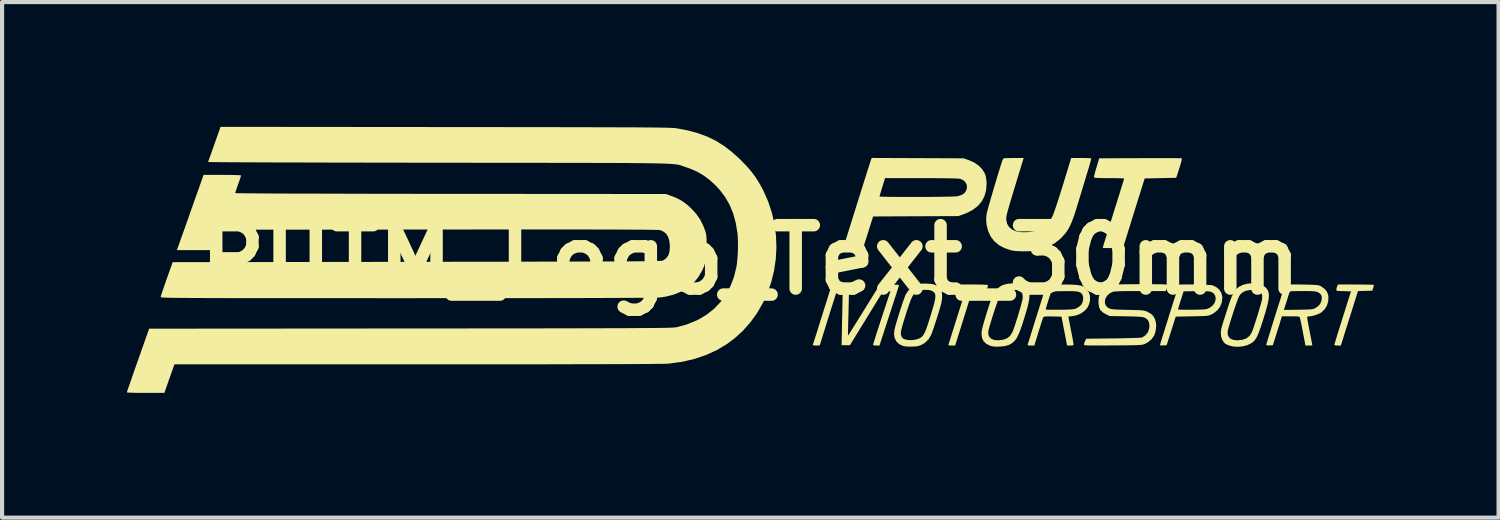
<source format=kicad_pcb>
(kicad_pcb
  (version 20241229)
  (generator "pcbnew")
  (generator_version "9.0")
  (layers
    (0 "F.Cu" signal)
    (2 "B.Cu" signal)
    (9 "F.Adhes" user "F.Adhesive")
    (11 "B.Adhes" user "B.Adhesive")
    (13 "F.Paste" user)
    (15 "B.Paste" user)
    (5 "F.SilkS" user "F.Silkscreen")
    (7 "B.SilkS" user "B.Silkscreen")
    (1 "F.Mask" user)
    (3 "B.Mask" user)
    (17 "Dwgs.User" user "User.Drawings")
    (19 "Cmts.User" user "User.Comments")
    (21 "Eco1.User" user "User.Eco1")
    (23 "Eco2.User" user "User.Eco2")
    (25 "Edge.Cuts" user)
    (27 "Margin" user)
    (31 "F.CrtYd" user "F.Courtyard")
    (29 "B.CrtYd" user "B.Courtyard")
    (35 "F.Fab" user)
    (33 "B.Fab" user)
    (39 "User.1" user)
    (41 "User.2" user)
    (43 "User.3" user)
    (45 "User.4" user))
  (footprint "PUTM_Logo_Text_30mm"
    (layer "F.Cu")
    (at 14.994 3.199)
    (property "Reference" "PUTM_Logo_Text_30mm" (at 0 0 0) (layer "F.SilkS") (effects (font (size 1.524 1.524) (thickness 0.3))))
    (attr board_only exclude_from_pos_files exclude_from_bom allow_missing_courtyard)
    (fp_poly (pts (xy 14.556 0.592) (xy 14.668 0.593) (xy 14.77 0.594) (xy 14.857 0.595) (xy 14.926 0.597) (xy 14.971 0.598) (xy 14.99 0.6) (xy 14.99 0.6) (xy 14.99 0.617) (xy 14.981 0.654) (xy 14.974 0.674) (xy 14.952 0.741) (xy 14.78 0.745) (xy 14.609 0.75) (xy 14.456 1.237) (xy 14.416 1.364) (xy 14.376 1.489) (xy 14.339 1.608) (xy 14.305 1.715) (xy 14.277 1.805) (xy 14.256 1.873) (xy 14.25 1.892) (xy 14.197 2.059) (xy 14.119 2.059) (xy 14.066 2.056) (xy 14.043 2.044) (xy 14.042 2.04) (xy 14.046 2.021) (xy 14.059 1.976) (xy 14.08 1.908) (xy 14.107 1.819) (xy 14.14 1.713) (xy 14.177 1.594) (xy 14.218 1.463) (xy 14.241 1.389) (xy 14.441 0.757) (xy 14.265 0.752) (xy 14.189 0.75) (xy 14.138 0.747) (xy 14.109 0.743) (xy 14.094 0.735) (xy 14.09 0.723) (xy 14.089 0.713) (xy 14.096 0.673) (xy 14.109 0.635) (xy 14.128 0.591)) (stroke (width 0) (type solid)) (fill yes) (layer "F.SilkS"))
    (fp_poly (pts (xy 5.285 0.591) (xy 5.397 0.592) (xy 5.497 0.593) (xy 5.583 0.595) (xy 5.65 0.598) (xy 5.693 0.601) (xy 5.71 0.604) (xy 5.71 0.604) (xy 5.705 0.646) (xy 5.693 0.691) (xy 5.679 0.725) (xy 5.673 0.732) (xy 5.65 0.739) (xy 5.604 0.745) (xy 5.541 0.75) (xy 5.493 0.752) (xy 5.331 0.757) (xy 5.127 1.408) (xy 4.923 2.059) (xy 4.841 2.059) (xy 4.795 2.058) (xy 4.765 2.055) (xy 4.759 2.053) (xy 4.763 2.037) (xy 4.776 1.994) (xy 4.797 1.928) (xy 4.824 1.842) (xy 4.856 1.738) (xy 4.894 1.619) (xy 4.935 1.489) (xy 4.961 1.404) (xy 5.004 1.269) (xy 5.044 1.143) (xy 5.079 1.03) (xy 5.11 0.932) (xy 5.135 0.853) (xy 5.153 0.795) (xy 5.162 0.763) (xy 5.164 0.756) (xy 5.15 0.753) (xy 5.11 0.75) (xy 5.052 0.748) (xy 4.989 0.746) (xy 4.913 0.743) (xy 4.863 0.741) (xy 4.834 0.736) (xy 4.82 0.729) (xy 4.816 0.717) (xy 4.817 0.704) (xy 4.828 0.66) (xy 4.841 0.629) (xy 4.86 0.591)) (stroke (width 0) (type solid)) (fill yes) (layer "F.SilkS"))
    (fp_poly (pts (xy 9.994 -2.447) (xy 10.114 -2.446) (xy 10.214 -2.446) (xy 10.292 -2.445) (xy 10.344 -2.444) (xy 10.369 -2.443) (xy 10.37 -2.443) (xy 10.373 -2.426) (xy 10.365 -2.381) (xy 10.346 -2.309) (xy 10.315 -2.208) (xy 10.314 -2.205) (xy 10.239 -1.974) (xy 9.86 -1.966) (xy 9.48 -1.958) (xy 8.959 -0.289) (xy 8.715 -0.284) (xy 8.632 -0.284) (xy 8.561 -0.284) (xy 8.508 -0.286) (xy 8.477 -0.289) (xy 8.472 -0.292) (xy 8.476 -0.308) (xy 8.489 -0.352) (xy 8.51 -0.42) (xy 8.538 -0.51) (xy 8.571 -0.618) (xy 8.61 -0.743) (xy 8.653 -0.881) (xy 8.699 -1.029) (xy 8.729 -1.125) (xy 8.777 -1.279) (xy 8.823 -1.424) (xy 8.864 -1.556) (xy 8.901 -1.675) (xy 8.932 -1.776) (xy 8.957 -1.858) (xy 8.975 -1.916) (xy 8.985 -1.95) (xy 8.987 -1.956) (xy 8.972 -1.959) (xy 8.93 -1.961) (xy 8.866 -1.963) (xy 8.784 -1.965) (xy 8.687 -1.966) (xy 8.627 -1.966) (xy 8.505 -1.966) (xy 8.411 -1.968) (xy 8.343 -1.97) (xy 8.297 -1.974) (xy 8.271 -1.979) (xy 8.261 -1.985) (xy 8.263 -2.007) (xy 8.273 -2.052) (xy 8.289 -2.115) (xy 8.311 -2.19) (xy 8.321 -2.223) (xy 8.387 -2.442) (xy 9.37 -2.446) (xy 9.542 -2.446) (xy 9.706 -2.447) (xy 9.857 -2.447)) (stroke (width 0) (type solid)) (fill yes) (layer "F.SilkS"))
    (fp_poly (pts (xy 10.606 0.591) (xy 10.703 0.592) (xy 10.801 0.595) (xy 10.893 0.597) (xy 10.976 0.601) (xy 11.044 0.604) (xy 11.091 0.608) (xy 11.112 0.612) (xy 11.206 0.657) (xy 11.278 0.721) (xy 11.326 0.799) (xy 11.347 0.888) (xy 11.347 0.903) (xy 11.335 1.02) (xy 11.294 1.124) (xy 11.227 1.213) (xy 11.135 1.285) (xy 11.096 1.306) (xy 11.068 1.319) (xy 11.043 1.33) (xy 11.015 1.338) (xy 10.982 1.344) (xy 10.937 1.348) (xy 10.878 1.351) (xy 10.799 1.353) (xy 10.696 1.356) (xy 10.617 1.357) (xy 10.227 1.365) (xy 10.167 1.552) (xy 10.138 1.644) (xy 10.106 1.744) (xy 10.076 1.839) (xy 10.058 1.896) (xy 10.008 2.052) (xy 9.925 2.056) (xy 9.878 2.058) (xy 9.854 2.054) (xy 9.849 2.043) (xy 9.851 2.033) (xy 9.881 1.936) (xy 9.915 1.824) (xy 9.954 1.702) (xy 9.994 1.572) (xy 10.036 1.439) (xy 10.078 1.304) (xy 10.114 1.191) (xy 10.282 1.191) (xy 10.297 1.194) (xy 10.338 1.197) (xy 10.402 1.199) (xy 10.484 1.199) (xy 10.578 1.199) (xy 10.622 1.199) (xy 10.733 1.197) (xy 10.819 1.195) (xy 10.883 1.192) (xy 10.93 1.188) (xy 10.965 1.183) (xy 10.992 1.175) (xy 11.017 1.164) (xy 11.039 1.154) (xy 11.106 1.106) (xy 11.153 1.048) (xy 11.18 0.983) (xy 11.187 0.917) (xy 11.173 0.856) (xy 11.138 0.805) (xy 11.081 0.769) (xy 11.065 0.764) (xy 11.026 0.758) (xy 10.961 0.754) (xy 10.873 0.752) (xy 10.767 0.751) (xy 10.711 0.752) (xy 10.416 0.757) (xy 10.349 0.967) (xy 10.325 1.044) (xy 10.305 1.11) (xy 10.29 1.16) (xy 10.282 1.187) (xy 10.282 1.191) (xy 10.114 1.191) (xy 10.12 1.172) (xy 10.159 1.046) (xy 10.196 0.929) (xy 10.23 0.825) (xy 10.258 0.736) (xy 10.28 0.667) (xy 10.296 0.62) (xy 10.303 0.598) (xy 10.303 0.597) (xy 10.322 0.594) (xy 10.367 0.592) (xy 10.432 0.591) (xy 10.514 0.59)) (stroke (width 0) (type solid)) (fill yes) (layer "F.SilkS"))
    (fp_poly (pts (xy 6.412 0.572) (xy 6.512 0.596) (xy 6.595 0.635) (xy 6.621 0.656) (xy 6.66 0.696) (xy 6.688 0.742) (xy 6.704 0.795) (xy 6.71 0.861) (xy 6.704 0.94) (xy 6.686 1.038) (xy 6.657 1.157) (xy 6.615 1.3) (xy 6.593 1.373) (xy 6.548 1.516) (xy 6.509 1.633) (xy 6.474 1.727) (xy 6.443 1.801) (xy 6.414 1.86) (xy 6.385 1.906) (xy 6.355 1.944) (xy 6.342 1.957) (xy 6.277 2.012) (xy 6.203 2.05) (xy 6.115 2.073) (xy 6.005 2.085) (xy 5.991 2.085) (xy 5.909 2.087) (xy 5.848 2.083) (xy 5.796 2.073) (xy 5.76 2.062) (xy 5.671 2.018) (xy 5.608 1.957) (xy 5.57 1.88) (xy 5.557 1.783) (xy 5.559 1.726) (xy 5.56 1.719) (xy 5.72 1.719) (xy 5.721 1.797) (xy 5.747 1.858) (xy 5.797 1.901) (xy 5.869 1.927) (xy 5.961 1.934) (xy 6.072 1.92) (xy 6.084 1.918) (xy 6.171 1.886) (xy 6.241 1.83) (xy 6.294 1.749) (xy 6.313 1.706) (xy 6.337 1.639) (xy 6.366 1.555) (xy 6.397 1.458) (xy 6.43 1.355) (xy 6.461 1.251) (xy 6.49 1.151) (xy 6.515 1.06) (xy 6.534 0.986) (xy 6.546 0.932) (xy 6.548 0.913) (xy 6.545 0.837) (xy 6.521 0.782) (xy 6.475 0.745) (xy 6.405 0.725) (xy 6.31 0.721) (xy 6.278 0.723) (xy 6.175 0.738) (xy 6.095 0.768) (xy 6.034 0.817) (xy 5.997 0.868) (xy 5.981 0.903) (xy 5.957 0.963) (xy 5.928 1.042) (xy 5.896 1.135) (xy 5.862 1.237) (xy 5.828 1.341) (xy 5.796 1.444) (xy 5.767 1.539) (xy 5.743 1.621) (xy 5.727 1.684) (xy 5.72 1.719) (xy 5.56 1.719) (xy 5.566 1.685) (xy 5.582 1.619) (xy 5.605 1.534) (xy 5.633 1.436) (xy 5.665 1.329) (xy 5.699 1.22) (xy 5.733 1.114) (xy 5.765 1.015) (xy 5.795 0.93) (xy 5.82 0.863) (xy 5.838 0.822) (xy 5.888 0.746) (xy 5.955 0.678) (xy 6.03 0.624) (xy 6.078 0.602) (xy 6.188 0.574) (xy 6.302 0.564)) (stroke (width 0) (type solid)) (fill yes) (layer "F.SilkS"))
    (fp_poly (pts (xy 12.162 0.569) (xy 12.263 0.593) (xy 12.348 0.633) (xy 12.378 0.656) (xy 12.417 0.695) (xy 12.444 0.739) (xy 12.461 0.791) (xy 12.467 0.853) (xy 12.462 0.93) (xy 12.446 1.024) (xy 12.418 1.138) (xy 12.379 1.275) (xy 12.342 1.394) (xy 12.297 1.537) (xy 12.258 1.653) (xy 12.224 1.747) (xy 12.193 1.82) (xy 12.164 1.877) (xy 12.134 1.922) (xy 12.103 1.957) (xy 12.068 1.987) (xy 12.044 2.003) (xy 11.951 2.049) (xy 11.84 2.079) (xy 11.721 2.09) (xy 11.605 2.082) (xy 11.518 2.061) (xy 11.465 2.04) (xy 11.421 2.016) (xy 11.403 2.003) (xy 11.353 1.938) (xy 11.321 1.855) (xy 11.312 1.775) (xy 11.312 1.745) (xy 11.313 1.721) (xy 11.475 1.721) (xy 11.477 1.798) (xy 11.504 1.858) (xy 11.554 1.902) (xy 11.627 1.927) (xy 11.719 1.934) (xy 11.83 1.92) (xy 11.842 1.918) (xy 11.931 1.884) (xy 12.002 1.826) (xy 12.048 1.757) (xy 12.065 1.717) (xy 12.089 1.653) (xy 12.117 1.571) (xy 12.148 1.475) (xy 12.181 1.373) (xy 12.213 1.269) (xy 12.243 1.168) (xy 12.269 1.078) (xy 12.289 1.002) (xy 12.302 0.947) (xy 12.305 0.927) (xy 12.304 0.848) (xy 12.282 0.788) (xy 12.236 0.748) (xy 12.167 0.725) (xy 12.072 0.72) (xy 12.027 0.723) (xy 11.923 0.74) (xy 11.843 0.774) (xy 11.782 0.828) (xy 11.755 0.867) (xy 11.738 0.902) (xy 11.714 0.962) (xy 11.686 1.041) (xy 11.653 1.134) (xy 11.619 1.236) (xy 11.585 1.341) (xy 11.553 1.443) (xy 11.524 1.538) (xy 11.5 1.62) (xy 11.483 1.684) (xy 11.475 1.721) (xy 11.313 1.721) (xy 11.314 1.717) (xy 11.317 1.687) (xy 11.325 1.651) (xy 11.336 1.606) (xy 11.353 1.547) (xy 11.376 1.472) (xy 11.407 1.376) (xy 11.445 1.255) (xy 11.461 1.207) (xy 11.505 1.071) (xy 11.544 0.96) (xy 11.578 0.873) (xy 11.61 0.804) (xy 11.642 0.751) (xy 11.676 0.708) (xy 11.712 0.674) (xy 11.75 0.646) (xy 11.84 0.601) (xy 11.943 0.574) (xy 12.053 0.563)) (stroke (width 0) (type solid)) (fill yes) (layer "F.SilkS"))
    (fp_poly (pts (xy 5.125 -2.442) (xy 5.25 -2.399) (xy 5.378 -2.343) (xy 5.487 -2.268) (xy 5.574 -2.18) (xy 5.635 -2.079) (xy 5.655 -2.025) (xy 5.667 -1.967) (xy 5.676 -1.894) (xy 5.679 -1.826) (xy 5.666 -1.669) (xy 5.626 -1.528) (xy 5.56 -1.403) (xy 5.467 -1.295) (xy 5.347 -1.203) (xy 5.2 -1.126) (xy 5.125 -1.097) (xy 5 -1.053) (xy 3.975 -1.049) (xy 2.95 -1.044) (xy 2.878 -0.815) (xy 2.848 -0.719) (xy 2.816 -0.618) (xy 2.786 -0.524) (xy 2.761 -0.446) (xy 2.757 -0.433) (xy 2.708 -0.281) (xy 2.468 -0.281) (xy 2.373 -0.281) (xy 2.305 -0.283) (xy 2.262 -0.287) (xy 2.24 -0.292) (xy 2.235 -0.3) (xy 2.235 -0.3) (xy 2.241 -0.318) (xy 2.255 -0.363) (xy 2.277 -0.433) (xy 2.307 -0.526) (xy 2.342 -0.638) (xy 2.383 -0.768) (xy 2.428 -0.913) (xy 2.477 -1.07) (xy 2.53 -1.238) (xy 2.565 -1.35) (xy 2.619 -1.523) (xy 2.62 -1.525) (xy 3.105 -1.525) (xy 3.12 -1.522) (xy 3.163 -1.52) (xy 3.23 -1.518) (xy 3.319 -1.516) (xy 3.426 -1.515) (xy 3.548 -1.514) (xy 3.682 -1.513) (xy 3.823 -1.513) (xy 3.97 -1.513) (xy 4.118 -1.514) (xy 4.264 -1.514) (xy 4.406 -1.516) (xy 4.539 -1.517) (xy 4.661 -1.519) (xy 4.768 -1.521) (xy 4.858 -1.523) (xy 4.925 -1.526) (xy 4.969 -1.529) (xy 4.98 -1.531) (xy 5.074 -1.559) (xy 5.142 -1.602) (xy 5.186 -1.66) (xy 5.188 -1.664) (xy 5.208 -1.739) (xy 5.2 -1.811) (xy 5.166 -1.873) (xy 5.108 -1.922) (xy 5.044 -1.949) (xy 5.013 -1.953) (xy 4.952 -1.957) (xy 4.861 -1.96) (xy 4.741 -1.962) (xy 4.593 -1.964) (xy 4.418 -1.965) (xy 4.216 -1.966) (xy 4.111 -1.966) (xy 3.237 -1.966) (xy 3.171 -1.751) (xy 3.147 -1.674) (xy 3.128 -1.607) (xy 3.113 -1.557) (xy 3.105 -1.529) (xy 3.105 -1.525) (xy 2.62 -1.525) (xy 2.671 -1.688) (xy 2.72 -1.843) (xy 2.764 -1.984) (xy 2.804 -2.11) (xy 2.838 -2.217) (xy 2.866 -2.304) (xy 2.886 -2.368) (xy 2.899 -2.406) (xy 2.902 -2.415) (xy 2.918 -2.451)) (stroke (width 0) (type solid)) (fill yes) (layer "F.SilkS"))
    (fp_poly (pts (xy 4.325 0.575) (xy 4.414 0.591) (xy 4.482 0.621) (xy 4.537 0.666) (xy 4.569 0.707) (xy 4.591 0.744) (xy 4.603 0.78) (xy 4.608 0.826) (xy 4.609 0.888) (xy 4.607 0.931) (xy 4.602 0.975) (xy 4.593 1.025) (xy 4.578 1.086) (xy 4.557 1.162) (xy 4.527 1.26) (xy 4.495 1.365) (xy 4.461 1.471) (xy 4.428 1.571) (xy 4.398 1.66) (xy 4.373 1.733) (xy 4.354 1.785) (xy 4.346 1.803) (xy 4.284 1.908) (xy 4.203 1.989) (xy 4.124 2.038) (xy 4.076 2.059) (xy 4.028 2.073) (xy 3.97 2.081) (xy 3.893 2.085) (xy 3.888 2.085) (xy 3.785 2.085) (xy 3.706 2.077) (xy 3.663 2.067) (xy 3.575 2.024) (xy 3.51 1.961) (xy 3.469 1.881) (xy 3.454 1.784) (xy 3.455 1.771) (xy 3.617 1.771) (xy 3.62 1.8) (xy 3.627 1.825) (xy 3.637 1.846) (xy 3.652 1.873) (xy 3.665 1.888) (xy 3.688 1.9) (xy 3.724 1.913) (xy 3.792 1.927) (xy 3.876 1.929) (xy 3.963 1.919) (xy 4.042 1.897) (xy 4.066 1.887) (xy 4.099 1.868) (xy 4.128 1.844) (xy 4.156 1.811) (xy 4.182 1.766) (xy 4.21 1.706) (xy 4.24 1.626) (xy 4.275 1.525) (xy 4.315 1.398) (xy 4.332 1.344) (xy 4.374 1.205) (xy 4.407 1.092) (xy 4.429 1.002) (xy 4.443 0.931) (xy 4.447 0.877) (xy 4.444 0.835) (xy 4.432 0.803) (xy 4.413 0.777) (xy 4.41 0.773) (xy 4.358 0.741) (xy 4.284 0.723) (xy 4.193 0.72) (xy 4.14 0.724) (xy 4.073 0.735) (xy 4.018 0.752) (xy 3.971 0.78) (xy 3.931 0.821) (xy 3.894 0.88) (xy 3.857 0.958) (xy 3.819 1.061) (xy 3.778 1.184) (xy 3.73 1.332) (xy 3.693 1.452) (xy 3.663 1.55) (xy 3.642 1.627) (xy 3.627 1.688) (xy 3.619 1.735) (xy 3.617 1.771) (xy 3.455 1.771) (xy 3.462 1.689) (xy 3.474 1.639) (xy 3.493 1.566) (xy 3.519 1.476) (xy 3.55 1.375) (xy 3.583 1.269) (xy 3.617 1.162) (xy 3.651 1.06) (xy 3.682 0.969) (xy 3.709 0.895) (xy 3.73 0.842) (xy 3.737 0.827) (xy 3.8 0.735) (xy 3.885 0.657) (xy 3.971 0.606) (xy 4.013 0.589) (xy 4.057 0.578) (xy 4.11 0.572) (xy 4.182 0.57) (xy 4.213 0.57)) (stroke (width 0) (type solid)) (fill yes) (layer "F.SilkS"))
    (fp_poly (pts (xy 6.559 -2.414) (xy 6.553 -2.392) (xy 6.538 -2.344) (xy 6.516 -2.272) (xy 6.488 -2.18) (xy 6.454 -2.071) (xy 6.417 -1.948) (xy 6.376 -1.814) (xy 6.346 -1.716) (xy 6.298 -1.556) (xy 6.258 -1.423) (xy 6.226 -1.314) (xy 6.2 -1.226) (xy 6.181 -1.156) (xy 6.167 -1.101) (xy 6.158 -1.058) (xy 6.153 -1.024) (xy 6.151 -0.996) (xy 6.152 -0.972) (xy 6.152 -0.962) (xy 6.174 -0.866) (xy 6.22 -0.789) (xy 6.291 -0.729) (xy 6.385 -0.688) (xy 6.502 -0.667) (xy 6.64 -0.665) (xy 6.713 -0.672) (xy 6.858 -0.697) (xy 6.98 -0.741) (xy 7.082 -0.806) (xy 7.168 -0.894) (xy 7.241 -1.008) (xy 7.271 -1.067) (xy 7.288 -1.11) (xy 7.313 -1.178) (xy 7.344 -1.269) (xy 7.38 -1.377) (xy 7.42 -1.5) (xy 7.462 -1.632) (xy 7.505 -1.771) (xy 7.521 -1.822) (xy 7.713 -2.45) (xy 7.949 -2.45) (xy 8.032 -2.449) (xy 8.103 -2.448) (xy 8.157 -2.446) (xy 8.188 -2.443) (xy 8.194 -2.442) (xy 8.192 -2.425) (xy 8.182 -2.383) (xy 8.166 -2.321) (xy 8.144 -2.244) (xy 8.118 -2.157) (xy 8.09 -2.068) (xy 8.057 -1.956) (xy 8.018 -1.828) (xy 7.977 -1.691) (xy 7.935 -1.553) (xy 7.895 -1.42) (xy 7.892 -1.412) (xy 7.843 -1.251) (xy 7.8 -1.116) (xy 7.761 -1.003) (xy 7.725 -0.91) (xy 7.691 -0.831) (xy 7.656 -0.763) (xy 7.619 -0.702) (xy 7.578 -0.645) (xy 7.559 -0.62) (xy 7.45 -0.504) (xy 7.317 -0.402) (xy 7.168 -0.317) (xy 7.007 -0.254) (xy 6.989 -0.249) (xy 6.903 -0.23) (xy 6.796 -0.216) (xy 6.676 -0.208) (xy 6.553 -0.206) (xy 6.435 -0.209) (xy 6.332 -0.219) (xy 6.262 -0.232) (xy 6.105 -0.285) (xy 5.972 -0.357) (xy 5.863 -0.45) (xy 5.777 -0.563) (xy 5.716 -0.694) (xy 5.712 -0.708) (xy 5.677 -0.849) (xy 5.668 -0.987) (xy 5.677 -1.092) (xy 5.685 -1.127) (xy 5.7 -1.188) (xy 5.722 -1.27) (xy 5.75 -1.369) (xy 5.782 -1.481) (xy 5.818 -1.603) (xy 5.855 -1.73) (xy 5.893 -1.857) (xy 5.93 -1.981) (xy 5.965 -2.098) (xy 5.998 -2.202) (xy 6.026 -2.292) (xy 6.049 -2.361) (xy 6.065 -2.406) (xy 6.069 -2.414) (xy 6.076 -2.428) (xy 6.086 -2.437) (xy 6.106 -2.443) (xy 6.138 -2.447) (xy 6.189 -2.449) (xy 6.263 -2.449) (xy 6.327 -2.45) (xy 6.571 -2.45)) (stroke (width 0) (type solid)) (fill yes) (layer "F.SilkS"))
    (fp_poly (pts (xy 2.306 0.59) (xy 2.343 0.593) (xy 2.363 0.6) (xy 2.368 0.606) (xy 2.369 0.626) (xy 2.37 0.673) (xy 2.369 0.745) (xy 2.368 0.837) (xy 2.366 0.946) (xy 2.363 1.069) (xy 2.36 1.201) (xy 2.359 1.222) (xy 2.356 1.355) (xy 2.352 1.478) (xy 2.35 1.587) (xy 2.348 1.679) (xy 2.346 1.751) (xy 2.346 1.8) (xy 2.346 1.82) (xy 2.346 1.821) (xy 2.355 1.809) (xy 2.379 1.773) (xy 2.415 1.716) (xy 2.463 1.639) (xy 2.521 1.547) (xy 2.587 1.441) (xy 2.66 1.324) (xy 2.731 1.209) (xy 3.112 0.593) (xy 3.343 0.593) (xy 3.423 0.594) (xy 3.492 0.596) (xy 3.542 0.599) (xy 3.57 0.603) (xy 3.573 0.605) (xy 3.568 0.624) (xy 3.556 0.665) (xy 3.538 0.722) (xy 3.527 0.757) (xy 3.512 0.804) (xy 3.488 0.876) (xy 3.458 0.969) (xy 3.422 1.079) (xy 3.382 1.202) (xy 3.339 1.333) (xy 3.295 1.468) (xy 3.292 1.478) (xy 3.103 2.059) (xy 3.026 2.059) (xy 2.973 2.056) (xy 2.95 2.044) (xy 2.949 2.04) (xy 2.954 2.021) (xy 2.968 1.976) (xy 2.989 1.908) (xy 3.017 1.82) (xy 3.051 1.714) (xy 3.09 1.595) (xy 3.132 1.465) (xy 3.157 1.389) (xy 3.365 0.757) (xy 3.279 0.752) (xy 3.219 0.752) (xy 3.186 0.762) (xy 3.181 0.768) (xy 3.171 0.785) (xy 3.146 0.826) (xy 3.108 0.888) (xy 3.058 0.968) (xy 2.999 1.065) (xy 2.932 1.174) (xy 2.858 1.294) (xy 2.781 1.42) (xy 2.392 2.052) (xy 2.192 2.052) (xy 2.193 1.997) (xy 2.194 1.969) (xy 2.195 1.914) (xy 2.197 1.836) (xy 2.199 1.737) (xy 2.201 1.623) (xy 2.203 1.496) (xy 2.206 1.361) (xy 2.207 1.346) (xy 2.219 0.749) (xy 2.076 0.749) (xy 1.999 0.995) (xy 1.957 1.126) (xy 1.915 1.26) (xy 1.873 1.394) (xy 1.832 1.524) (xy 1.794 1.648) (xy 1.759 1.76) (xy 1.728 1.86) (xy 1.703 1.942) (xy 1.684 2.003) (xy 1.672 2.041) (xy 1.669 2.053) (xy 1.655 2.056) (xy 1.619 2.059) (xy 1.582 2.059) (xy 1.53 2.057) (xy 1.505 2.05) (xy 1.502 2.04) (xy 1.508 2.022) (xy 1.523 1.976) (xy 1.544 1.907) (xy 1.573 1.818) (xy 1.607 1.71) (xy 1.645 1.587) (xy 1.687 1.453) (xy 1.733 1.31) (xy 1.733 1.307) (xy 1.957 0.595) (xy 2.159 0.59) (xy 2.246 0.588)) (stroke (width 0) (type solid)) (fill yes) (layer "F.SilkS"))
    (fp_poly (pts (xy 13.111 0.591) (xy 13.243 0.592) (xy 13.264 0.593) (xy 13.386 0.595) (xy 13.48 0.598) (xy 13.552 0.6) (xy 13.605 0.604) (xy 13.644 0.608) (xy 13.673 0.615) (xy 13.696 0.623) (xy 13.717 0.633) (xy 13.728 0.64) (xy 13.812 0.701) (xy 13.868 0.774) (xy 13.896 0.861) (xy 13.898 0.882) (xy 13.894 0.994) (xy 13.863 1.098) (xy 13.808 1.188) (xy 13.732 1.26) (xy 13.717 1.27) (xy 13.649 1.304) (xy 13.57 1.333) (xy 13.491 1.352) (xy 13.438 1.357) (xy 13.401 1.362) (xy 13.387 1.378) (xy 13.387 1.385) (xy 13.39 1.408) (xy 13.398 1.456) (xy 13.41 1.526) (xy 13.426 1.61) (xy 13.444 1.705) (xy 13.449 1.729) (xy 13.468 1.825) (xy 13.484 1.909) (xy 13.497 1.978) (xy 13.507 2.027) (xy 13.511 2.051) (xy 13.511 2.053) (xy 13.497 2.057) (xy 13.461 2.059) (xy 13.429 2.059) (xy 13.346 2.059) (xy 13.286 1.744) (xy 13.267 1.646) (xy 13.25 1.557) (xy 13.234 1.482) (xy 13.222 1.427) (xy 13.214 1.395) (xy 13.213 1.392) (xy 13.207 1.378) (xy 13.196 1.369) (xy 13.175 1.363) (xy 13.14 1.359) (xy 13.085 1.358) (xy 13.004 1.357) (xy 12.99 1.357) (xy 12.78 1.357) (xy 12.716 1.564) (xy 12.687 1.656) (xy 12.657 1.752) (xy 12.629 1.841) (xy 12.607 1.911) (xy 12.562 2.052) (xy 12.483 2.056) (xy 12.431 2.056) (xy 12.406 2.049) (xy 12.404 2.044) (xy 12.408 2.025) (xy 12.421 1.98) (xy 12.441 1.912) (xy 12.467 1.826) (xy 12.499 1.724) (xy 12.534 1.61) (xy 12.572 1.488) (xy 12.611 1.362) (xy 12.652 1.234) (xy 12.661 1.203) (xy 12.827 1.203) (xy 13.173 1.199) (xy 13.287 1.197) (xy 13.374 1.195) (xy 13.44 1.192) (xy 13.487 1.188) (xy 13.522 1.182) (xy 13.549 1.175) (xy 13.572 1.165) (xy 13.582 1.16) (xy 13.654 1.111) (xy 13.702 1.054) (xy 13.731 0.981) (xy 13.741 0.905) (xy 13.724 0.844) (xy 13.68 0.798) (xy 13.645 0.778) (xy 13.619 0.768) (xy 13.589 0.761) (xy 13.549 0.755) (xy 13.495 0.752) (xy 13.422 0.75) (xy 13.325 0.749) (xy 13.273 0.749) (xy 13.179 0.75) (xy 13.097 0.751) (xy 13.03 0.753) (xy 12.985 0.756) (xy 12.965 0.76) (xy 12.965 0.761) (xy 12.96 0.779) (xy 12.948 0.821) (xy 12.929 0.882) (xy 12.906 0.956) (xy 12.896 0.988) (xy 12.827 1.203) (xy 12.661 1.203) (xy 12.691 1.109) (xy 12.729 0.99) (xy 12.764 0.88) (xy 12.795 0.784) (xy 12.821 0.704) (xy 12.841 0.645) (xy 12.853 0.609) (xy 12.857 0.601) (xy 12.877 0.596) (xy 12.927 0.592) (xy 13.005 0.591)) (stroke (width 0) (type solid)) (fill yes) (layer "F.SilkS"))
    (fp_poly (pts (xy 7.499 0.592) (xy 7.635 0.593) (xy 7.745 0.596) (xy 7.831 0.601) (xy 7.898 0.609) (xy 7.951 0.621) (xy 7.994 0.637) (xy 8.03 0.659) (xy 8.064 0.687) (xy 8.079 0.701) (xy 8.136 0.777) (xy 8.165 0.865) (xy 8.165 0.967) (xy 8.161 0.995) (xy 8.139 1.077) (xy 8.108 1.142) (xy 8.058 1.202) (xy 8.04 1.22) (xy 7.949 1.288) (xy 7.84 1.334) (xy 7.736 1.353) (xy 7.688 1.358) (xy 7.655 1.363) (xy 7.645 1.366) (xy 7.648 1.382) (xy 7.656 1.424) (xy 7.668 1.487) (xy 7.684 1.567) (xy 7.702 1.66) (xy 7.707 1.687) (xy 7.726 1.784) (xy 7.743 1.872) (xy 7.756 1.945) (xy 7.765 2) (xy 7.769 2.029) (xy 7.77 2.032) (xy 7.764 2.049) (xy 7.743 2.057) (xy 7.698 2.059) (xy 7.692 2.059) (xy 7.647 2.059) (xy 7.618 2.057) (xy 7.613 2.056) (xy 7.61 2.04) (xy 7.602 1.998) (xy 7.59 1.934) (xy 7.574 1.853) (xy 7.556 1.758) (xy 7.546 1.708) (xy 7.48 1.365) (xy 7.267 1.361) (xy 7.18 1.359) (xy 7.12 1.36) (xy 7.081 1.362) (xy 7.058 1.368) (xy 7.045 1.376) (xy 7.04 1.384) (xy 7.031 1.407) (xy 7.015 1.455) (xy 6.993 1.523) (xy 6.967 1.606) (xy 6.937 1.7) (xy 6.926 1.736) (xy 6.827 2.059) (xy 6.743 2.059) (xy 6.695 2.058) (xy 6.672 2.053) (xy 6.667 2.041) (xy 6.669 2.032) (xy 6.675 2.012) (xy 6.69 1.965) (xy 6.712 1.895) (xy 6.74 1.804) (xy 6.774 1.695) (xy 6.812 1.572) (xy 6.854 1.438) (xy 6.896 1.304) (xy 6.932 1.191) (xy 7.099 1.191) (xy 7.114 1.194) (xy 7.155 1.197) (xy 7.219 1.199) (xy 7.301 1.199) (xy 7.396 1.199) (xy 7.438 1.199) (xy 7.551 1.197) (xy 7.637 1.195) (xy 7.701 1.192) (xy 7.749 1.188) (xy 7.784 1.182) (xy 7.812 1.174) (xy 7.838 1.164) (xy 7.852 1.157) (xy 7.902 1.126) (xy 7.945 1.09) (xy 7.959 1.073) (xy 7.987 1.016) (xy 8.001 0.949) (xy 7.999 0.884) (xy 7.981 0.834) (xy 7.96 0.806) (xy 7.934 0.785) (xy 7.899 0.77) (xy 7.851 0.76) (xy 7.786 0.754) (xy 7.7 0.752) (xy 7.588 0.752) (xy 7.54 0.752) (xy 7.233 0.757) (xy 7.166 0.967) (xy 7.142 1.044) (xy 7.122 1.11) (xy 7.107 1.16) (xy 7.1 1.187) (xy 7.099 1.191) (xy 6.932 1.191) (xy 6.941 1.162) (xy 6.982 1.03) (xy 7.02 0.91) (xy 7.053 0.805) (xy 7.081 0.718) (xy 7.102 0.653) (xy 7.116 0.611) (xy 7.121 0.597) (xy 7.138 0.595) (xy 7.181 0.594) (xy 7.247 0.593) (xy 7.331 0.592) (xy 7.429 0.592)) (stroke (width 0) (type solid)) (fill yes) (layer "F.SilkS"))
    (fp_poly (pts (xy 9.572 0.585) (xy 9.699 0.585) (xy 9.801 0.586) (xy 9.88 0.587) (xy 9.939 0.588) (xy 9.981 0.591) (xy 10.009 0.594) (xy 10.025 0.598) (xy 10.033 0.603) (xy 10.035 0.61) (xy 10.034 0.616) (xy 10.025 0.652) (xy 10.009 0.697) (xy 10.008 0.698) (xy 9.987 0.749) (xy 9.383 0.749) (xy 9.207 0.749) (xy 9.061 0.75) (xy 8.942 0.752) (xy 8.849 0.755) (xy 8.781 0.759) (xy 8.736 0.764) (xy 8.717 0.768) (xy 8.64 0.804) (xy 8.579 0.859) (xy 8.538 0.927) (xy 8.526 0.97) (xy 8.525 1.046) (xy 8.549 1.105) (xy 8.599 1.151) (xy 8.62 1.162) (xy 8.642 1.172) (xy 8.668 1.18) (xy 8.701 1.186) (xy 8.747 1.19) (xy 8.808 1.194) (xy 8.889 1.197) (xy 8.995 1.2) (xy 9.073 1.202) (xy 9.194 1.204) (xy 9.289 1.207) (xy 9.362 1.21) (xy 9.416 1.214) (xy 9.457 1.219) (xy 9.488 1.226) (xy 9.515 1.234) (xy 9.54 1.245) (xy 9.626 1.293) (xy 9.686 1.349) (xy 9.726 1.421) (xy 9.75 1.502) (xy 9.757 1.577) (xy 9.75 1.665) (xy 9.732 1.753) (xy 9.705 1.823) (xy 9.647 1.906) (xy 9.565 1.976) (xy 9.494 2.016) (xy 9.475 2.024) (xy 9.456 2.031) (xy 9.434 2.037) (xy 9.406 2.042) (xy 9.37 2.045) (xy 9.321 2.048) (xy 9.258 2.051) (xy 9.177 2.052) (xy 9.075 2.054) (xy 8.949 2.055) (xy 8.797 2.056) (xy 8.718 2.056) (xy 8.552 2.058) (xy 8.414 2.058) (xy 8.303 2.058) (xy 8.215 2.058) (xy 8.147 2.057) (xy 8.097 2.056) (xy 8.062 2.053) (xy 8.04 2.05) (xy 8.027 2.045) (xy 8.021 2.04) (xy 8.02 2.033) (xy 8.02 2.033) (xy 8.027 2.001) (xy 8.044 1.958) (xy 8.048 1.95) (xy 8.074 1.896) (xy 8.729 1.888) (xy 8.87 1.886) (xy 9.003 1.883) (xy 9.122 1.88) (xy 9.226 1.877) (xy 9.311 1.874) (xy 9.373 1.871) (xy 9.409 1.867) (xy 9.416 1.866) (xy 9.499 1.813) (xy 9.557 1.741) (xy 9.589 1.653) (xy 9.595 1.587) (xy 9.585 1.505) (xy 9.554 1.443) (xy 9.499 1.399) (xy 9.491 1.395) (xy 9.469 1.385) (xy 9.443 1.378) (xy 9.407 1.372) (xy 9.36 1.368) (xy 9.295 1.364) (xy 9.209 1.361) (xy 9.098 1.359) (xy 9.034 1.357) (xy 8.636 1.35) (xy 8.545 1.305) (xy 8.468 1.259) (xy 8.416 1.206) (xy 8.385 1.14) (xy 8.372 1.054) (xy 8.37 1.007) (xy 8.372 0.939) (xy 8.378 0.891) (xy 8.391 0.851) (xy 8.413 0.809) (xy 8.414 0.807) (xy 8.477 0.726) (xy 8.559 0.664) (xy 8.665 0.62) (xy 8.686 0.614) (xy 8.716 0.607) (xy 8.747 0.601) (xy 8.784 0.596) (xy 8.829 0.592) (xy 8.887 0.589) (xy 8.96 0.587) (xy 9.052 0.586) (xy 9.166 0.585) (xy 9.306 0.585) (xy 9.416 0.585)) (stroke (width 0) (type solid)) (fill yes) (layer "F.SilkS"))
    (fp_poly (pts (xy -12.583 -2.043) (xy -12.478 -2.042) (xy -12.389 -2.04) (xy -12.318 -2.038) (xy -12.27 -2.034) (xy -12.248 -2.031) (xy -12.248 -2.03) (xy -12.253 -2.011) (xy -12.266 -1.969) (xy -12.286 -1.908) (xy -12.311 -1.836) (xy -12.318 -1.818) (xy -12.344 -1.745) (xy -12.365 -1.681) (xy -12.381 -1.633) (xy -12.388 -1.608) (xy -12.388 -1.606) (xy -12.372 -1.605) (xy -12.326 -1.603) (xy -12.251 -1.602) (xy -12.146 -1.601) (xy -12.012 -1.6) (xy -11.851 -1.599) (xy -11.663 -1.597) (xy -11.448 -1.596) (xy -11.207 -1.595) (xy -10.942 -1.594) (xy -10.652 -1.593) (xy -10.338 -1.593) (xy -10.002 -1.592) (xy -9.643 -1.591) (xy -9.262 -1.59) (xy -8.861 -1.589) (xy -8.439 -1.589) (xy -7.998 -1.588) (xy -7.537 -1.588) (xy -7.212 -1.588) (xy -2.036 -1.584) (xy -1.911 -1.541) (xy -1.762 -1.481) (xy -1.632 -1.409) (xy -1.512 -1.319) (xy -1.412 -1.226) (xy -1.298 -1.099) (xy -1.209 -0.97) (xy -1.138 -0.83) (xy -1.097 -0.725) (xy -1.081 -0.678) (xy -1.07 -0.638) (xy -1.062 -0.597) (xy -1.057 -0.549) (xy -1.054 -0.488) (xy -1.053 -0.407) (xy -1.053 -0.328) (xy -1.055 -0.201) (xy -1.06 -0.097) (xy -1.069 -0.011) (xy -1.086 0.065) (xy -1.109 0.139) (xy -1.142 0.217) (xy -1.161 0.257) (xy -1.252 0.414) (xy -1.366 0.55) (xy -1.503 0.666) (xy -1.662 0.761) (xy -1.842 0.834) (xy -2.04 0.884) (xy -2.174 0.904) (xy -2.201 0.905) (xy -2.254 0.907) (xy -2.331 0.908) (xy -2.435 0.91) (xy -2.564 0.911) (xy -2.72 0.912) (xy -2.902 0.913) (xy -3.111 0.914) (xy -3.347 0.915) (xy -3.611 0.916) (xy -3.903 0.917) (xy -4.222 0.918) (xy -4.571 0.918) (xy -4.948 0.919) (xy -5.354 0.919) (xy -5.789 0.92) (xy -6.254 0.92) (xy -6.75 0.92) (xy -7.275 0.92) (xy -7.832 0.92) (xy -8.253 0.921) (xy -8.765 0.921) (xy -9.247 0.92) (xy -9.699 0.92) (xy -10.123 0.92) (xy -10.52 0.92) (xy -10.889 0.92) (xy -11.234 0.92) (xy -11.553 0.92) (xy -11.849 0.92) (xy -12.121 0.919) (xy -12.372 0.919) (xy -12.601 0.919) (xy -12.811 0.918) (xy -13.001 0.918) (xy -13.173 0.917) (xy -13.327 0.917) (xy -13.465 0.916) (xy -13.587 0.915) (xy -13.695 0.914) (xy -13.789 0.913) (xy -13.87 0.912) (xy -13.94 0.911) (xy -13.998 0.91) (xy -14.046 0.908) (xy -14.085 0.907) (xy -14.116 0.905) (xy -14.14 0.904) (xy -14.157 0.902) (xy -14.169 0.9) (xy -14.177 0.898) (xy -14.18 0.896) (xy -14.181 0.893) (xy -14.181 0.893) (xy -14.176 0.872) (xy -14.162 0.825) (xy -14.139 0.757) (xy -14.11 0.672) (xy -14.076 0.574) (xy -14.039 0.467) (xy -14.036 0.46) (xy -13.892 0.055) (xy -8.019 0.047) (xy -7.508 0.046) (xy -7.029 0.045) (xy -6.578 0.045) (xy -6.156 0.044) (xy -5.761 0.044) (xy -5.393 0.043) (xy -5.051 0.042) (xy -4.733 0.042) (xy -4.439 0.041) (xy -4.168 0.04) (xy -3.918 0.04) (xy -3.69 0.039) (xy -3.482 0.038) (xy -3.292 0.038) (xy -3.121 0.037) (xy -2.968 0.036) (xy -2.83 0.035) (xy -2.708 0.034) (xy -2.601 0.033) (xy -2.507 0.032) (xy -2.425 0.031) (xy -2.355 0.029) (xy -2.296 0.028) (xy -2.247 0.027) (xy -2.207 0.025) (xy -2.174 0.023) (xy -2.149 0.022) (xy -2.129 0.02) (xy -2.115 0.018) (xy -2.105 0.016) (xy -2.099 0.013) (xy -2.096 0.012) (xy -2.026 -0.039) (xy -1.976 -0.106) (xy -1.947 -0.191) (xy -1.937 -0.297) (xy -1.938 -0.357) (xy -1.953 -0.476) (xy -1.987 -0.57) (xy -2.039 -0.642) (xy -2.113 -0.693) (xy -2.176 -0.717) (xy -2.191 -0.719) (xy -2.223 -0.72) (xy -2.273 -0.722) (xy -2.341 -0.723) (xy -2.428 -0.724) (xy -2.536 -0.725) (xy -2.663 -0.727) (xy -2.812 -0.727) (xy -2.983 -0.728) (xy -3.177 -0.729) (xy -3.393 -0.73) (xy -3.634 -0.73) (xy -3.899 -0.731) (xy -4.189 -0.731) (xy -4.505 -0.731) (xy -4.848 -0.731) (xy -5.218 -0.731) (xy -5.616 -0.731) (xy -6.042 -0.731) (xy -6.498 -0.731) (xy -6.983 -0.73) (xy -7.472 -0.73) (xy -12.704 -0.725) (xy -12.878 -0.234) (xy -13.791 -0.234) (xy -13.77 -0.293) (xy -13.759 -0.323) (xy -13.739 -0.378) (xy -13.712 -0.456) (xy -13.677 -0.553) (xy -13.637 -0.665) (xy -13.593 -0.789) (xy -13.546 -0.922) (xy -13.497 -1.06) (xy -13.448 -1.2) (xy -13.399 -1.338) (xy -13.352 -1.471) (xy -13.307 -1.596) (xy -13.267 -1.709) (xy -13.233 -1.807) (xy -13.205 -1.886) (xy -13.185 -1.943) (xy -13.174 -1.975) (xy -13.173 -1.978) (xy -13.15 -2.044) (xy -12.699 -2.044)) (stroke (width 0) (type solid)) (fill yes) (layer "F.SilkS"))
    (fp_poly (pts (xy -7.342 -3.194) (xy -6.851 -3.194) (xy -6.391 -3.193) (xy -5.959 -3.193) (xy -5.557 -3.192) (xy -5.181 -3.192) (xy -4.831 -3.192) (xy -4.507 -3.191) (xy -4.207 -3.191) (xy -3.931 -3.19) (xy -3.677 -3.189) (xy -3.444 -3.189) (xy -3.231 -3.188) (xy -3.038 -3.187) (xy -2.864 -3.187) (xy -2.706 -3.186) (xy -2.565 -3.185) (xy -2.44 -3.184) (xy -2.329 -3.183) (xy -2.231 -3.182) (xy -2.146 -3.18) (xy -2.073 -3.179) (xy -2.01 -3.178) (xy -1.956 -3.176) (xy -1.911 -3.174) (xy -1.873 -3.173) (xy -1.843 -3.171) (xy -1.817 -3.169) (xy -1.796 -3.166) (xy -1.779 -3.164) (xy -1.778 -3.164) (xy -1.511 -3.114) (xy -1.268 -3.049) (xy -1.045 -2.967) (xy -0.836 -2.866) (xy -0.638 -2.743) (xy -0.446 -2.596) (xy -0.255 -2.424) (xy -0.218 -2.387) (xy -0.086 -2.249) (xy 0.026 -2.12) (xy 0.122 -1.99) (xy 0.21 -1.852) (xy 0.295 -1.698) (xy 0.312 -1.664) (xy 0.429 -1.399) (xy 0.518 -1.127) (xy 0.581 -0.85) (xy 0.616 -0.571) (xy 0.625 -0.291) (xy 0.609 -0.012) (xy 0.568 0.262) (xy 0.502 0.53) (xy 0.412 0.79) (xy 0.298 1.039) (xy 0.162 1.276) (xy 0.003 1.497) (xy -0.178 1.701) (xy -0.38 1.886) (xy -0.575 2.03) (xy -0.815 2.173) (xy -1.075 2.29) (xy -1.351 2.383) (xy -1.645 2.451) (xy -1.954 2.493) (xy -1.986 2.495) (xy -2.02 2.497) (xy -2.082 2.499) (xy -2.171 2.5) (xy -2.288 2.501) (xy -2.433 2.503) (xy -2.606 2.504) (xy -2.807 2.505) (xy -3.037 2.506) (xy -3.296 2.507) (xy -3.584 2.508) (xy -3.901 2.509) (xy -4.248 2.509) (xy -4.624 2.51) (xy -5.03 2.511) (xy -5.465 2.511) (xy -5.931 2.511) (xy -6.428 2.512) (xy -6.955 2.512) (xy -7.513 2.512) (xy -8.018 2.512) (xy -13.85 2.512) (xy -14.092 3.198) (xy -14.543 3.198) (xy -14.658 3.198) (xy -14.762 3.197) (xy -14.852 3.195) (xy -14.922 3.193) (xy -14.971 3.19) (xy -14.993 3.187) (xy -14.994 3.187) (xy -14.989 3.17) (xy -14.975 3.127) (xy -14.952 3.06) (xy -14.921 2.972) (xy -14.884 2.866) (xy -14.842 2.744) (xy -14.795 2.61) (xy -14.744 2.465) (xy -14.726 2.415) (xy -14.458 1.654) (xy -8.177 1.649) (xy -7.647 1.649) (xy -7.147 1.649) (xy -6.677 1.648) (xy -6.235 1.648) (xy -5.821 1.647) (xy -5.434 1.647) (xy -5.072 1.647) (xy -4.735 1.646) (xy -4.422 1.646) (xy -4.132 1.645) (xy -3.865 1.645) (xy -3.619 1.644) (xy -3.393 1.643) (xy -3.186 1.643) (xy -2.998 1.642) (xy -2.828 1.641) (xy -2.674 1.64) (xy -2.537 1.639) (xy -2.414 1.638) (xy -2.306 1.637) (xy -2.21 1.636) (xy -2.127 1.635) (xy -2.055 1.634) (xy -1.994 1.633) (xy -1.942 1.631) (xy -1.898 1.63) (xy -1.863 1.628) (xy -1.834 1.626) (xy -1.811 1.624) (xy -1.794 1.622) (xy -1.78 1.62) (xy -1.775 1.619) (xy -1.532 1.553) (xy -1.298 1.458) (xy -1.248 1.434) (xy -1.049 1.315) (xy -0.872 1.174) (xy -0.718 1.013) (xy -0.586 0.831) (xy -0.479 0.629) (xy -0.395 0.409) (xy -0.337 0.17) (xy -0.335 0.162) (xy -0.321 0.059) (xy -0.31 -0.066) (xy -0.302 -0.202) (xy -0.299 -0.342) (xy -0.301 -0.475) (xy -0.307 -0.592) (xy -0.311 -0.639) (xy -0.352 -0.886) (xy -0.413 -1.112) (xy -0.498 -1.318) (xy -0.605 -1.508) (xy -0.737 -1.682) (xy -0.827 -1.78) (xy -0.976 -1.918) (xy -1.125 -2.03) (xy -1.283 -2.121) (xy -1.456 -2.197) (xy -1.556 -2.231) (xy -1.583 -2.24) (xy -1.606 -2.248) (xy -1.627 -2.256) (xy -1.647 -2.264) (xy -1.667 -2.27) (xy -1.688 -2.277) (xy -1.71 -2.282) (xy -1.736 -2.288) (xy -1.765 -2.293) (xy -1.799 -2.298) (xy -1.838 -2.302) (xy -1.885 -2.306) (xy -1.939 -2.309) (xy -2.002 -2.312) (xy -2.074 -2.315) (xy -2.157 -2.318) (xy -2.252 -2.32) (xy -2.36 -2.322) (xy -2.481 -2.324) (xy -2.616 -2.326) (xy -2.768 -2.327) (xy -2.936 -2.329) (xy -3.121 -2.33) (xy -3.325 -2.331) (xy -3.549 -2.331) (xy -3.793 -2.332) (xy -4.059 -2.333) (xy -4.347 -2.333) (xy -4.658 -2.333) (xy -4.995 -2.334) (xy -5.356 -2.334) (xy -5.744 -2.334) (xy -6.159 -2.335) (xy -6.603 -2.335) (xy -7.076 -2.336) (xy -7.502 -2.336) (xy -7.916 -2.336) (xy -8.322 -2.337) (xy -8.718 -2.337) (xy -9.105 -2.338) (xy -9.48 -2.339) (xy -9.842 -2.339) (xy -10.191 -2.34) (xy -10.525 -2.341) (xy -10.844 -2.342) (xy -11.145 -2.342) (xy -11.429 -2.343) (xy -11.693 -2.344) (xy -11.937 -2.345) (xy -12.16 -2.346) (xy -12.36 -2.347) (xy -12.537 -2.348) (xy -12.689 -2.349) (xy -12.815 -2.35) (xy -12.915 -2.351) (xy -12.986 -2.352) (xy -13.028 -2.353) (xy -13.041 -2.354) (xy -13.034 -2.372) (xy -13.019 -2.415) (xy -12.996 -2.48) (xy -12.966 -2.562) (xy -12.932 -2.659) (xy -12.894 -2.766) (xy -12.888 -2.783) (xy -12.741 -3.199)) (stroke (width 0) (type solid)) (fill yes) (layer "F.SilkS")))
  (gr_rect
    (start -3 -3)
    (end 32.984 9.397)
    (stroke (width 0.1) (type default))
    (fill no)
    (layer "Edge.Cuts")))
</source>
